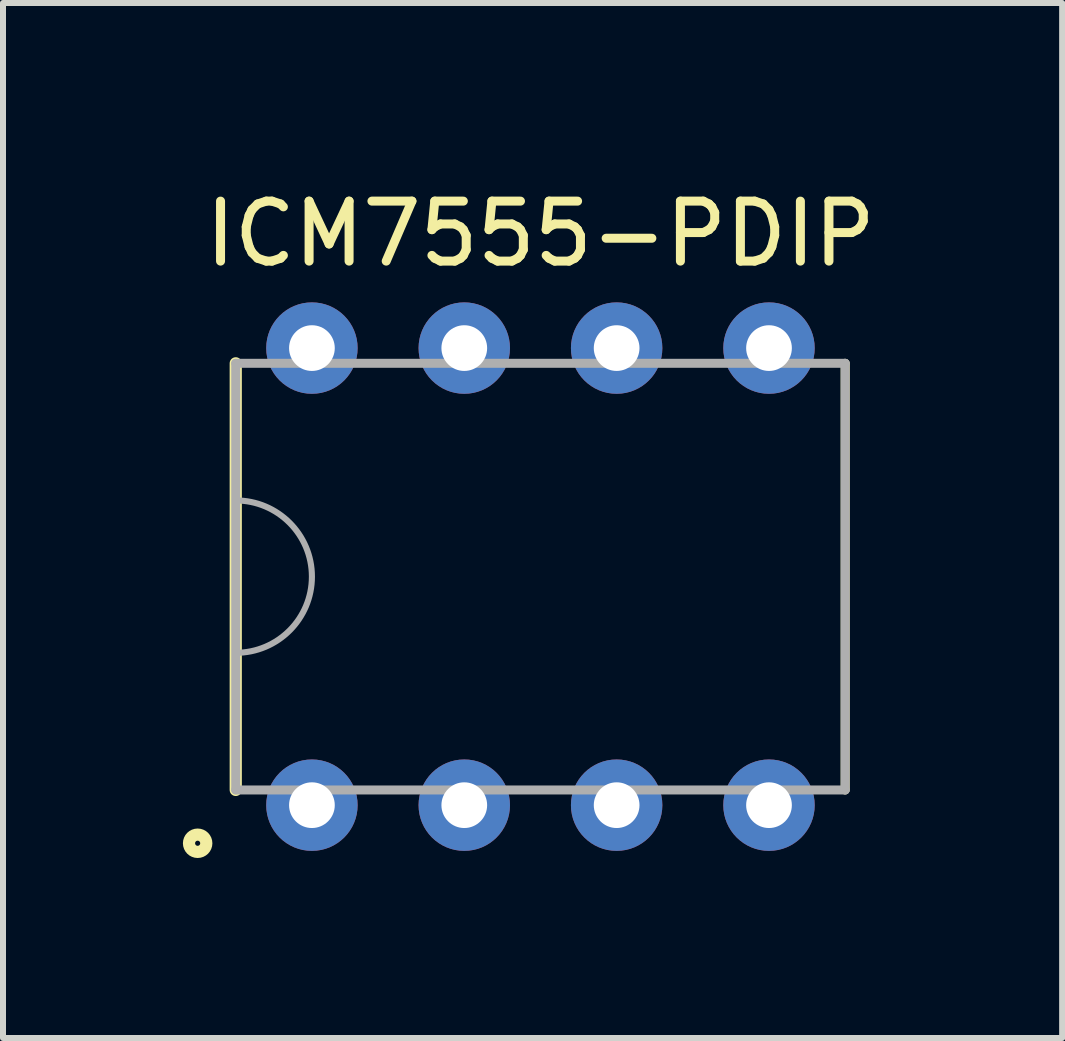
<source format=kicad_pcb>
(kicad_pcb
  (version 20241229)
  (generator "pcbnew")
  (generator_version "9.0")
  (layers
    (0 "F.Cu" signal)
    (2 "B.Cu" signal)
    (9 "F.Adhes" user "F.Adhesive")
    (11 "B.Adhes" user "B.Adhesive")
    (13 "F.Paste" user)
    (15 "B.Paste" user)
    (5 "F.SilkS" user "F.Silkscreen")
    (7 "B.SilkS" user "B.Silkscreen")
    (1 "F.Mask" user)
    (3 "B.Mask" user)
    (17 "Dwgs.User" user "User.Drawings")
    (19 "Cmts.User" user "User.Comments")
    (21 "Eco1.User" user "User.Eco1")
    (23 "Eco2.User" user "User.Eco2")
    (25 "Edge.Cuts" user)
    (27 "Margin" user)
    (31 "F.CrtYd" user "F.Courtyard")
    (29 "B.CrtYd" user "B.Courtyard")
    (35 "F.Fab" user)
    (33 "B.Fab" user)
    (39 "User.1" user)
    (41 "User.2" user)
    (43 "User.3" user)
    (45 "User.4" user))
  (footprint "ICM7555-PDIP"
    (layer "F.Cu")
    (at 5.96 6.563)
    (property "Reference" "ICM7555-PDIP" (at 0 -5.715 0) (layer "F.SilkS") (effects (font (size 1 1) (thickness 0.15))))
    (attr through_hole)
    (fp_line (start -5.08 -3.556) (end -5.08 3.556) (stroke (width 0.203) (type solid)) (layer "F.SilkS"))
    (fp_line (start 5.08 -3.556) (end 5.08 3.556) (stroke (width 0.15) (type solid)) (layer "F.SilkS"))
    (fp_circle (center -5.715 4.445) (end -5.817 4.547) (stroke (width 0.203) (type solid)) (fill no) (layer "F.SilkS"))
    (fp_line (start -5.08 -3.556) (end -5.08 3.556) (stroke (width 0.15) (type solid)) (layer "F.Fab"))
    (fp_line (start -5.08 -3.556) (end 5.08 -3.556) (stroke (width 0.15) (type solid)) (layer "F.Fab"))
    (fp_line (start -5.08 3.556) (end 5.08 3.556) (stroke (width 0.15) (type solid)) (layer "F.Fab"))
    (fp_line (start 5.08 3.556) (end 5.08 -3.556) (stroke (width 0.15) (type solid)) (layer "F.Fab"))
    (fp_arc (start -5.08 -1.27) (mid -3.81 0) (end -5.08 1.27) (stroke (width 0.1016) (type solid)) (layer "F.Fab"))
    (pad "1" thru_hole circle (at -3.81 3.81) (size 1.524 1.524) (drill 0.762) (layers "*.Cu" "*.Mask"))
    (pad "2" thru_hole circle (at -1.27 3.81) (size 1.524 1.524) (drill 0.762) (layers "*.Cu" "*.Mask"))
    (pad "3" thru_hole circle (at 1.27 3.81) (size 1.524 1.524) (drill 0.762) (layers "*.Cu" "*.Mask"))
    (pad "4" thru_hole circle (at 3.81 3.81) (size 1.524 1.524) (drill 0.762) (layers "*.Cu" "*.Mask"))
    (pad "5" thru_hole circle (at 3.81 -3.81) (size 1.524 1.524) (drill 0.762) (layers "*.Cu" "*.Mask"))
    (pad "6" thru_hole circle (at 1.27 -3.81) (size 1.524 1.524) (drill 0.762) (layers "*.Cu" "*.Mask"))
    (pad "7" thru_hole circle (at -1.27 -3.81) (size 1.524 1.524) (drill 0.762) (layers "*.Cu" "*.Mask"))
    (pad "8" thru_hole circle (at -3.81 -3.81) (size 1.524 1.524) (drill 0.762) (layers "*.Cu" "*.Mask")))
  (gr_rect
    (start -3 -3)
    (end 14.657 14.254)
    (stroke (width 0.1) (type default))
    (fill no)
    (layer "Edge.Cuts")))
</source>
